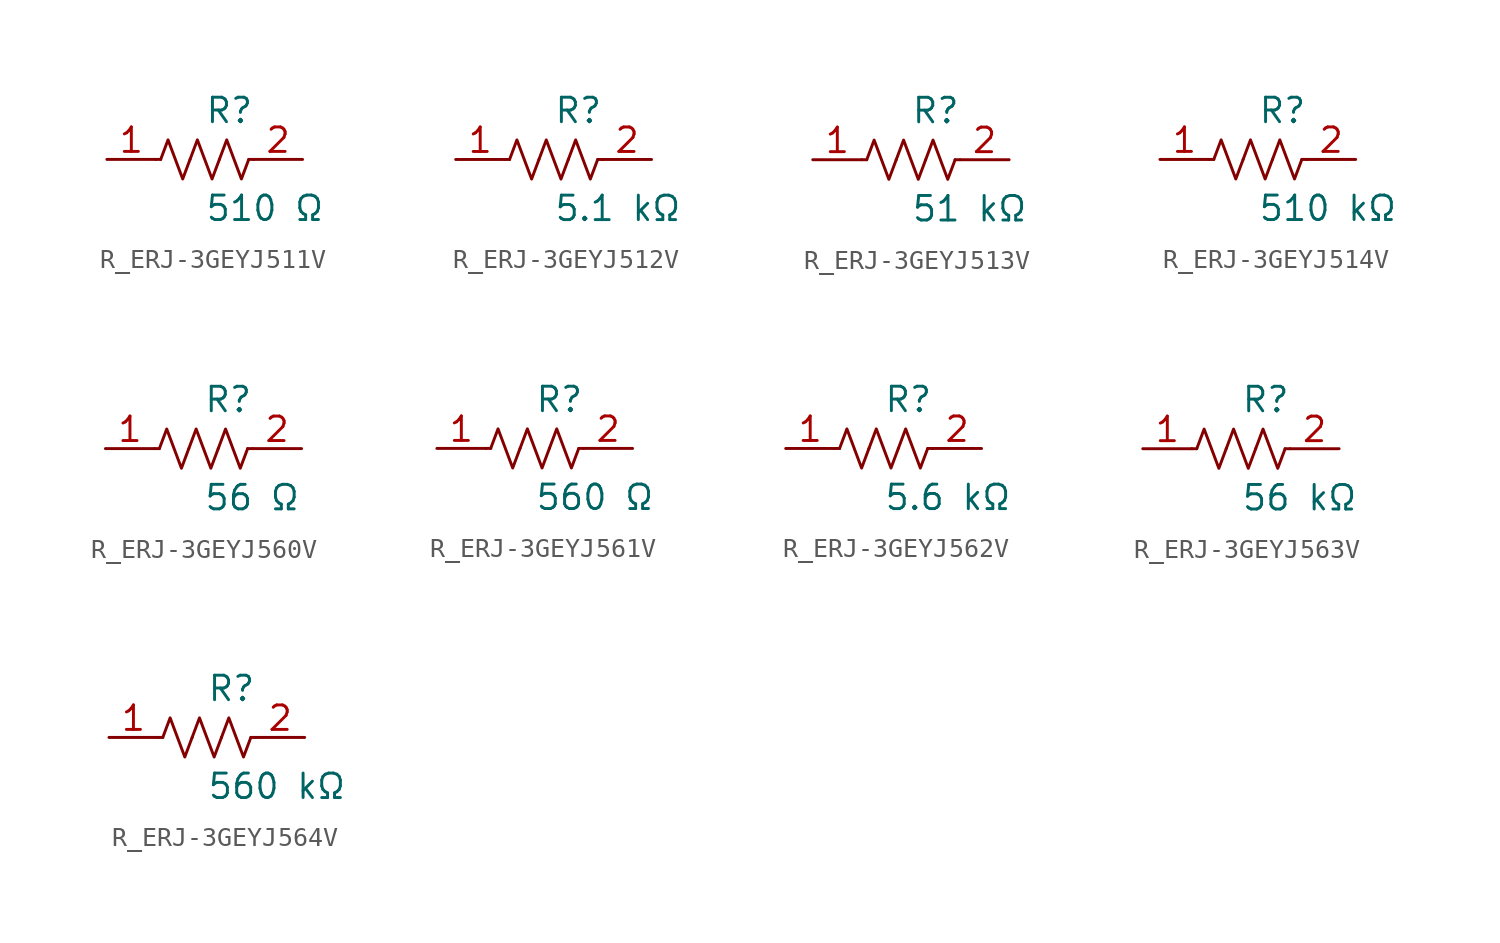
<source format=kicad_sym>
(kicad_symbol_lib
  (version 20231120)
  (generator kicad_symbol_editor)
  (generator_version 8.0)
  (symbol "R_ERJ-3GEYJ511V"
    (pin_names
      (offset 0.254))
    (property "Reference" "R"
      (at 0 2.54 0)
      (effects (font (size 1.27 1.27)) (justify left)))
    (property "Value" "510 Ω"
      (at 0 -2.54 0)
      (effects (font (size 1.27 1.27)) (justify left)))
    (symbol "R_ERJ-3GEYJ511V_0_1"
      (polyline (pts (xy 2.286 0) (xy 2.54 0)) (stroke (width 0) (type default)) (fill (type none)))
      (polyline (pts (xy -2.286 0) (xy -2.54 0)) (stroke (width 0) (type default)) (fill (type none)))
      (polyline (pts (xy 0.762 0) (xy 1.143 1.016) (xy 1.524 0) (xy 1.905 -1.016) (xy 2.286 0)) (stroke (width 0) (type default)) (fill (type none)))
      (polyline (pts (xy -0.762 0) (xy -0.381 1.016) (xy 0 0) (xy 0.381 -1.016) (xy 0.762 0)) (stroke (width 0) (type default)) (fill (type none)))
      (polyline (pts (xy -2.286 0) (xy -1.905 1.016) (xy -1.524 0) (xy -1.143 -1.016) (xy -0.762 0)) (stroke (width 0) (type default)) (fill (type none))))
    (pin passive line
      (at -5.08 0 0)
      (length 2.54)
      (name "" (effects (font (size 1.27 1.27))))
      (number "1" (effects (font (size 1.27 1.27)))))
    (pin passive line
      (at 5.08 0 180)
      (length 2.54)
      (name "" (effects (font (size 1.27 1.27))))
      (number "2" (effects (font (size 1.27 1.27))))))
  (symbol "R_ERJ-3GEYJ512V"
    (pin_names
      (offset 0.254))
    (property "Reference" "R"
      (at 0 2.54 0)
      (effects (font (size 1.27 1.27)) (justify left)))
    (property "Value" "5.1 kΩ"
      (at 0 -2.54 0)
      (effects (font (size 1.27 1.27)) (justify left)))
    (symbol "R_ERJ-3GEYJ512V_0_1"
      (polyline (pts (xy 2.286 0) (xy 2.54 0)) (stroke (width 0) (type default)) (fill (type none)))
      (polyline (pts (xy -2.286 0) (xy -2.54 0)) (stroke (width 0) (type default)) (fill (type none)))
      (polyline (pts (xy 0.762 0) (xy 1.143 1.016) (xy 1.524 0) (xy 1.905 -1.016) (xy 2.286 0)) (stroke (width 0) (type default)) (fill (type none)))
      (polyline (pts (xy -0.762 0) (xy -0.381 1.016) (xy 0 0) (xy 0.381 -1.016) (xy 0.762 0)) (stroke (width 0) (type default)) (fill (type none)))
      (polyline (pts (xy -2.286 0) (xy -1.905 1.016) (xy -1.524 0) (xy -1.143 -1.016) (xy -0.762 0)) (stroke (width 0) (type default)) (fill (type none))))
    (pin passive line
      (at -5.08 0 0)
      (length 2.54)
      (name "" (effects (font (size 1.27 1.27))))
      (number "1" (effects (font (size 1.27 1.27)))))
    (pin passive line
      (at 5.08 0 180)
      (length 2.54)
      (name "" (effects (font (size 1.27 1.27))))
      (number "2" (effects (font (size 1.27 1.27))))))
  (symbol "R_ERJ-3GEYJ513V"
    (pin_names
      (offset 0.254))
    (property "Reference" "R"
      (at 0 2.54 0)
      (effects (font (size 1.27 1.27)) (justify left)))
    (property "Value" "51 kΩ"
      (at 0 -2.54 0)
      (effects (font (size 1.27 1.27)) (justify left)))
    (symbol "R_ERJ-3GEYJ513V_0_1"
      (polyline (pts (xy 2.286 0) (xy 2.54 0)) (stroke (width 0) (type default)) (fill (type none)))
      (polyline (pts (xy -2.286 0) (xy -2.54 0)) (stroke (width 0) (type default)) (fill (type none)))
      (polyline (pts (xy 0.762 0) (xy 1.143 1.016) (xy 1.524 0) (xy 1.905 -1.016) (xy 2.286 0)) (stroke (width 0) (type default)) (fill (type none)))
      (polyline (pts (xy -0.762 0) (xy -0.381 1.016) (xy 0 0) (xy 0.381 -1.016) (xy 0.762 0)) (stroke (width 0) (type default)) (fill (type none)))
      (polyline (pts (xy -2.286 0) (xy -1.905 1.016) (xy -1.524 0) (xy -1.143 -1.016) (xy -0.762 0)) (stroke (width 0) (type default)) (fill (type none))))
    (pin passive line
      (at -5.08 0 0)
      (length 2.54)
      (name "" (effects (font (size 1.27 1.27))))
      (number "1" (effects (font (size 1.27 1.27)))))
    (pin passive line
      (at 5.08 0 180)
      (length 2.54)
      (name "" (effects (font (size 1.27 1.27))))
      (number "2" (effects (font (size 1.27 1.27))))))
  (symbol "R_ERJ-3GEYJ514V"
    (pin_names
      (offset 0.254))
    (property "Reference" "R"
      (at 0 2.54 0)
      (effects (font (size 1.27 1.27)) (justify left)))
    (property "Value" "510 kΩ"
      (at 0 -2.54 0)
      (effects (font (size 1.27 1.27)) (justify left)))
    (symbol "R_ERJ-3GEYJ514V_0_1"
      (polyline (pts (xy 2.286 0) (xy 2.54 0)) (stroke (width 0) (type default)) (fill (type none)))
      (polyline (pts (xy -2.286 0) (xy -2.54 0)) (stroke (width 0) (type default)) (fill (type none)))
      (polyline (pts (xy 0.762 0) (xy 1.143 1.016) (xy 1.524 0) (xy 1.905 -1.016) (xy 2.286 0)) (stroke (width 0) (type default)) (fill (type none)))
      (polyline (pts (xy -0.762 0) (xy -0.381 1.016) (xy 0 0) (xy 0.381 -1.016) (xy 0.762 0)) (stroke (width 0) (type default)) (fill (type none)))
      (polyline (pts (xy -2.286 0) (xy -1.905 1.016) (xy -1.524 0) (xy -1.143 -1.016) (xy -0.762 0)) (stroke (width 0) (type default)) (fill (type none))))
    (pin passive line
      (at -5.08 0 0)
      (length 2.54)
      (name "" (effects (font (size 1.27 1.27))))
      (number "1" (effects (font (size 1.27 1.27)))))
    (pin passive line
      (at 5.08 0 180)
      (length 2.54)
      (name "" (effects (font (size 1.27 1.27))))
      (number "2" (effects (font (size 1.27 1.27))))))
  (symbol "R_ERJ-3GEYJ560V"
    (pin_names
      (offset 0.254))
    (property "Reference" "R"
      (at 0 2.54 0)
      (effects (font (size 1.27 1.27)) (justify left)))
    (property "Value" "56 Ω"
      (at 0 -2.54 0)
      (effects (font (size 1.27 1.27)) (justify left)))
    (symbol "R_ERJ-3GEYJ560V_0_1"
      (polyline (pts (xy 2.286 0) (xy 2.54 0)) (stroke (width 0) (type default)) (fill (type none)))
      (polyline (pts (xy -2.286 0) (xy -2.54 0)) (stroke (width 0) (type default)) (fill (type none)))
      (polyline (pts (xy 0.762 0) (xy 1.143 1.016) (xy 1.524 0) (xy 1.905 -1.016) (xy 2.286 0)) (stroke (width 0) (type default)) (fill (type none)))
      (polyline (pts (xy -0.762 0) (xy -0.381 1.016) (xy 0 0) (xy 0.381 -1.016) (xy 0.762 0)) (stroke (width 0) (type default)) (fill (type none)))
      (polyline (pts (xy -2.286 0) (xy -1.905 1.016) (xy -1.524 0) (xy -1.143 -1.016) (xy -0.762 0)) (stroke (width 0) (type default)) (fill (type none))))
    (pin passive line
      (at -5.08 0 0)
      (length 2.54)
      (name "" (effects (font (size 1.27 1.27))))
      (number "1" (effects (font (size 1.27 1.27)))))
    (pin passive line
      (at 5.08 0 180)
      (length 2.54)
      (name "" (effects (font (size 1.27 1.27))))
      (number "2" (effects (font (size 1.27 1.27))))))
  (symbol "R_ERJ-3GEYJ561V"
    (pin_names
      (offset 0.254))
    (property "Reference" "R"
      (at 0 2.54 0)
      (effects (font (size 1.27 1.27)) (justify left)))
    (property "Value" "560 Ω"
      (at 0 -2.54 0)
      (effects (font (size 1.27 1.27)) (justify left)))
    (symbol "R_ERJ-3GEYJ561V_0_1"
      (polyline (pts (xy 2.286 0) (xy 2.54 0)) (stroke (width 0) (type default)) (fill (type none)))
      (polyline (pts (xy -2.286 0) (xy -2.54 0)) (stroke (width 0) (type default)) (fill (type none)))
      (polyline (pts (xy 0.762 0) (xy 1.143 1.016) (xy 1.524 0) (xy 1.905 -1.016) (xy 2.286 0)) (stroke (width 0) (type default)) (fill (type none)))
      (polyline (pts (xy -0.762 0) (xy -0.381 1.016) (xy 0 0) (xy 0.381 -1.016) (xy 0.762 0)) (stroke (width 0) (type default)) (fill (type none)))
      (polyline (pts (xy -2.286 0) (xy -1.905 1.016) (xy -1.524 0) (xy -1.143 -1.016) (xy -0.762 0)) (stroke (width 0) (type default)) (fill (type none))))
    (pin passive line
      (at -5.08 0 0)
      (length 2.54)
      (name "" (effects (font (size 1.27 1.27))))
      (number "1" (effects (font (size 1.27 1.27)))))
    (pin passive line
      (at 5.08 0 180)
      (length 2.54)
      (name "" (effects (font (size 1.27 1.27))))
      (number "2" (effects (font (size 1.27 1.27))))))
  (symbol "R_ERJ-3GEYJ562V"
    (pin_names
      (offset 0.254))
    (property "Reference" "R"
      (at 0 2.54 0)
      (effects (font (size 1.27 1.27)) (justify left)))
    (property "Value" "5.6 kΩ"
      (at 0 -2.54 0)
      (effects (font (size 1.27 1.27)) (justify left)))
    (symbol "R_ERJ-3GEYJ562V_0_1"
      (polyline (pts (xy 2.286 0) (xy 2.54 0)) (stroke (width 0) (type default)) (fill (type none)))
      (polyline (pts (xy -2.286 0) (xy -2.54 0)) (stroke (width 0) (type default)) (fill (type none)))
      (polyline (pts (xy 0.762 0) (xy 1.143 1.016) (xy 1.524 0) (xy 1.905 -1.016) (xy 2.286 0)) (stroke (width 0) (type default)) (fill (type none)))
      (polyline (pts (xy -0.762 0) (xy -0.381 1.016) (xy 0 0) (xy 0.381 -1.016) (xy 0.762 0)) (stroke (width 0) (type default)) (fill (type none)))
      (polyline (pts (xy -2.286 0) (xy -1.905 1.016) (xy -1.524 0) (xy -1.143 -1.016) (xy -0.762 0)) (stroke (width 0) (type default)) (fill (type none))))
    (pin passive line
      (at -5.08 0 0)
      (length 2.54)
      (name "" (effects (font (size 1.27 1.27))))
      (number "1" (effects (font (size 1.27 1.27)))))
    (pin passive line
      (at 5.08 0 180)
      (length 2.54)
      (name "" (effects (font (size 1.27 1.27))))
      (number "2" (effects (font (size 1.27 1.27))))))
  (symbol "R_ERJ-3GEYJ563V"
    (pin_names
      (offset 0.254))
    (property "Reference" "R"
      (at 0 2.54 0)
      (effects (font (size 1.27 1.27)) (justify left)))
    (property "Value" "56 kΩ"
      (at 0 -2.54 0)
      (effects (font (size 1.27 1.27)) (justify left)))
    (symbol "R_ERJ-3GEYJ563V_0_1"
      (polyline (pts (xy 2.286 0) (xy 2.54 0)) (stroke (width 0) (type default)) (fill (type none)))
      (polyline (pts (xy -2.286 0) (xy -2.54 0)) (stroke (width 0) (type default)) (fill (type none)))
      (polyline (pts (xy 0.762 0) (xy 1.143 1.016) (xy 1.524 0) (xy 1.905 -1.016) (xy 2.286 0)) (stroke (width 0) (type default)) (fill (type none)))
      (polyline (pts (xy -0.762 0) (xy -0.381 1.016) (xy 0 0) (xy 0.381 -1.016) (xy 0.762 0)) (stroke (width 0) (type default)) (fill (type none)))
      (polyline (pts (xy -2.286 0) (xy -1.905 1.016) (xy -1.524 0) (xy -1.143 -1.016) (xy -0.762 0)) (stroke (width 0) (type default)) (fill (type none))))
    (pin passive line
      (at -5.08 0 0)
      (length 2.54)
      (name "" (effects (font (size 1.27 1.27))))
      (number "1" (effects (font (size 1.27 1.27)))))
    (pin passive line
      (at 5.08 0 180)
      (length 2.54)
      (name "" (effects (font (size 1.27 1.27))))
      (number "2" (effects (font (size 1.27 1.27))))))
  (symbol "R_ERJ-3GEYJ564V"
    (pin_names
      (offset 0.254))
    (property "Reference" "R"
      (at 0 2.54 0)
      (effects (font (size 1.27 1.27)) (justify left)))
    (property "Value" "560 kΩ"
      (at 0 -2.54 0)
      (effects (font (size 1.27 1.27)) (justify left)))
    (symbol "R_ERJ-3GEYJ564V_0_1"
      (polyline (pts (xy 2.286 0) (xy 2.54 0)) (stroke (width 0) (type default)) (fill (type none)))
      (polyline (pts (xy -2.286 0) (xy -2.54 0)) (stroke (width 0) (type default)) (fill (type none)))
      (polyline (pts (xy 0.762 0) (xy 1.143 1.016) (xy 1.524 0) (xy 1.905 -1.016) (xy 2.286 0)) (stroke (width 0) (type default)) (fill (type none)))
      (polyline (pts (xy -0.762 0) (xy -0.381 1.016) (xy 0 0) (xy 0.381 -1.016) (xy 0.762 0)) (stroke (width 0) (type default)) (fill (type none)))
      (polyline (pts (xy -2.286 0) (xy -1.905 1.016) (xy -1.524 0) (xy -1.143 -1.016) (xy -0.762 0)) (stroke (width 0) (type default)) (fill (type none))))
    (pin passive line
      (at -5.08 0 0)
      (length 2.54)
      (name "" (effects (font (size 1.27 1.27))))
      (number "1" (effects (font (size 1.27 1.27)))))
    (pin passive line
      (at 5.08 0 180)
      (length 2.54)
      (name "" (effects (font (size 1.27 1.27))))
      (number "2" (effects (font (size 1.27 1.27)))))))
</source>
